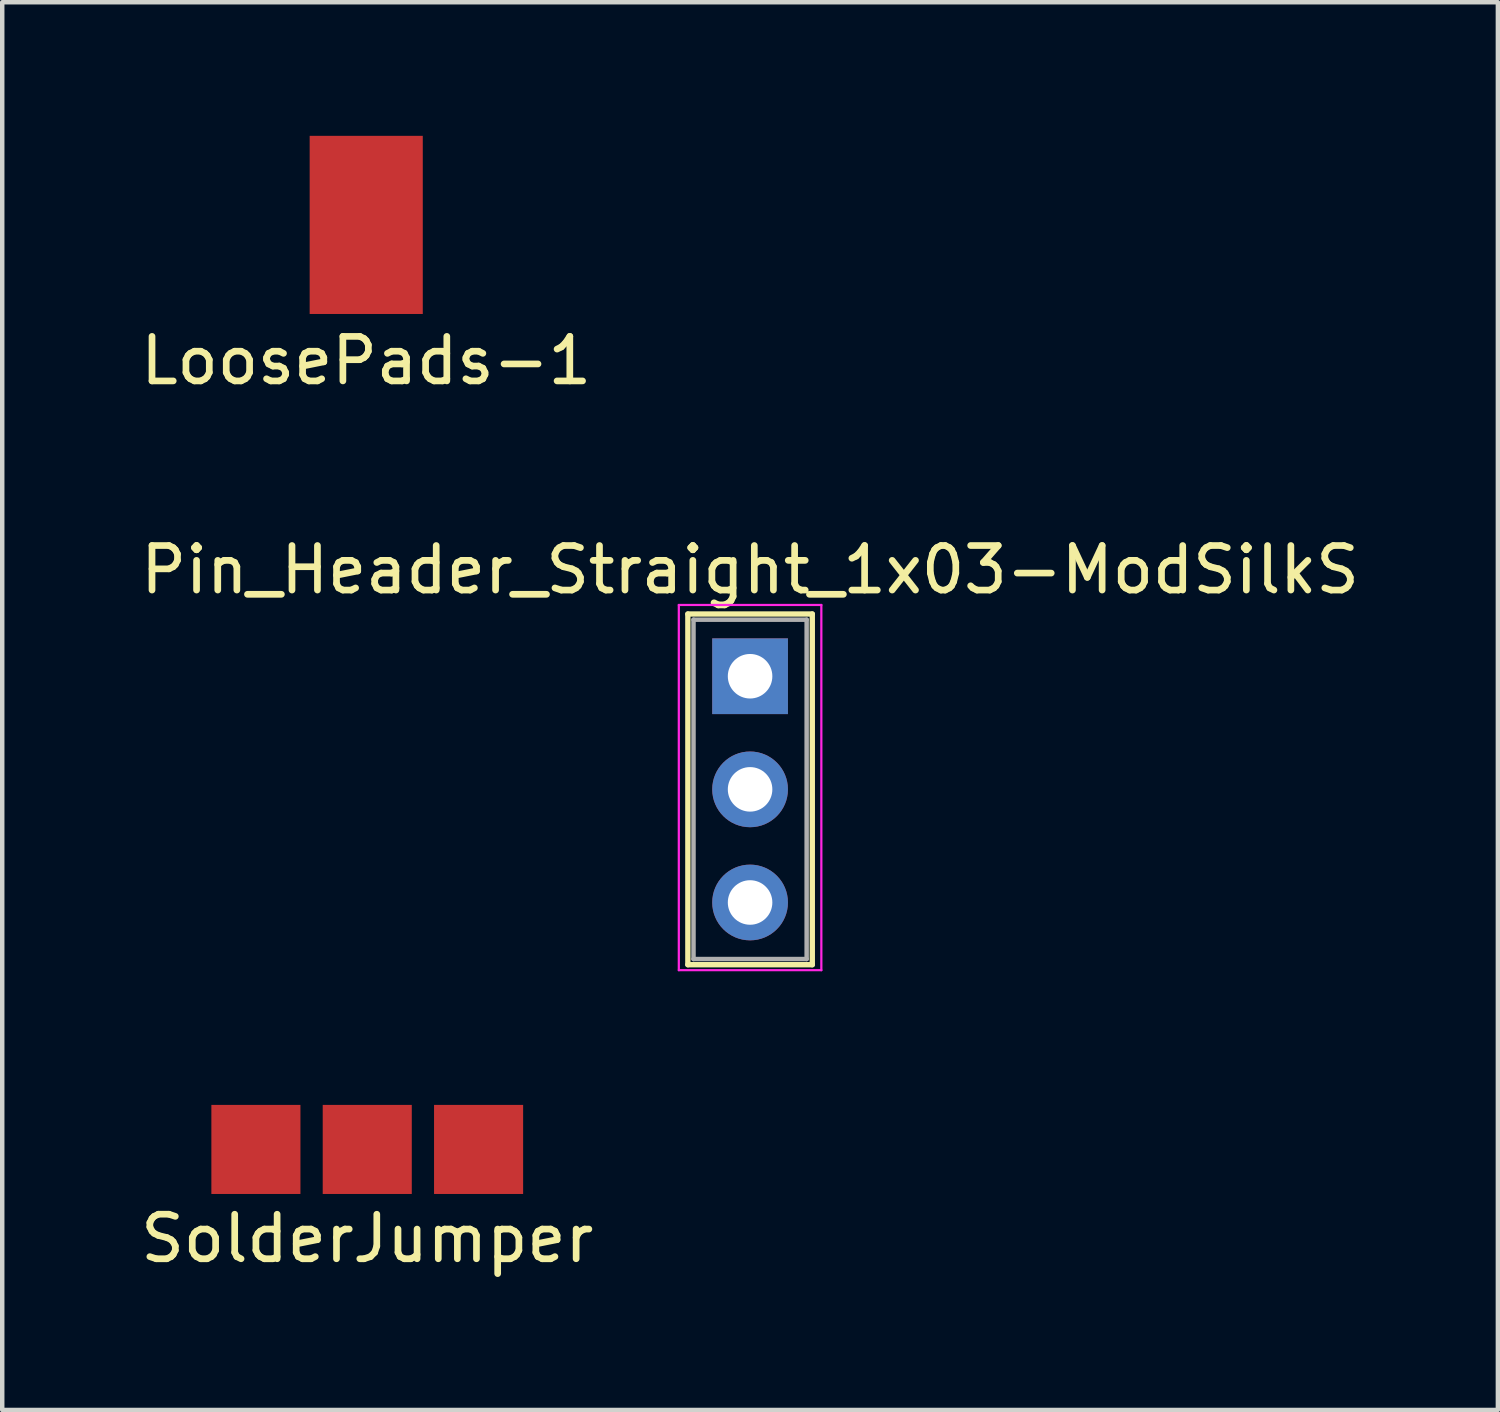
<source format=kicad_pcb>
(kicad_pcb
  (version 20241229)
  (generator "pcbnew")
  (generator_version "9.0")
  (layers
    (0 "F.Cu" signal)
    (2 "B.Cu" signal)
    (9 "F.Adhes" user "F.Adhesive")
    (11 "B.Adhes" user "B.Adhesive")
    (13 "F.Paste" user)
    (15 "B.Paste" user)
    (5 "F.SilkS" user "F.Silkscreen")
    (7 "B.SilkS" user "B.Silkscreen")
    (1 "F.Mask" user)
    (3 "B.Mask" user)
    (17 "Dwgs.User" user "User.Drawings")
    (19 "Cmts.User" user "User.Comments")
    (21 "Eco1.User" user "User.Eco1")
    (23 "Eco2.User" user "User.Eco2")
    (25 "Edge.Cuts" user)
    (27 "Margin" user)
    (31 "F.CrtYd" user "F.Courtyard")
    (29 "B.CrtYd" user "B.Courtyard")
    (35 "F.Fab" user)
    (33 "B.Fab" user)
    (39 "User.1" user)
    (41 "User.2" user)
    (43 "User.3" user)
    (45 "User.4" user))
  (footprint "SolderJumper"
    (layer "F.Cu")
    (at 5.196 22.759)
    (property "Reference" "SolderJumper" (at 0 2 0) (layer "F.SilkS") (effects (font (size 1 1) (thickness 0.15))))
    (attr through_hole)
    (pad "1" smd rect (at -2.5 0 90) (size 2 2) (layers "F.Cu" "F.Mask"))
    (pad "2" smd rect (at 0 0 180) (size 2 2) (layers "F.Cu" "F.Mask"))
    (pad "3" smd rect (at 2.5 0 90) (size 2 2) (layers "F.Cu" "F.Mask")))
  (footprint "Pin_Header_Straight_1x03-ModSilkS"
    (layer "F.Cu")
    (at 13.792 12.134)
    (property "Reference" "Pin_Header_Straight_1x03-ModSilkS" (at 0 -2.39 0) (layer "F.SilkS") (effects (font (size 1 1) (thickness 0.15))))
    (attr through_hole)
    (fp_line (start -1.397 -1.397) (end -1.397 6.477) (stroke (width 0.12) (type solid)) (layer "F.SilkS"))
    (fp_line (start -1.397 6.477) (end 1.397 6.477) (stroke (width 0.12) (type solid)) (layer "F.SilkS"))
    (fp_line (start 1.397 -1.397) (end -1.397 -1.397) (stroke (width 0.12) (type solid)) (layer "F.SilkS"))
    (fp_line (start 1.397 6.477) (end 1.397 -1.397) (stroke (width 0.12) (type solid)) (layer "F.SilkS"))
    (fp_line (start -1.6 -1.6) (end -1.6 6.6) (stroke (width 0.05) (type solid)) (layer "F.CrtYd"))
    (fp_line (start -1.6 6.6) (end 1.6 6.6) (stroke (width 0.05) (type solid)) (layer "F.CrtYd"))
    (fp_line (start 1.6 -1.6) (end -1.6 -1.6) (stroke (width 0.05) (type solid)) (layer "F.CrtYd"))
    (fp_line (start 1.6 6.6) (end 1.6 -1.6) (stroke (width 0.05) (type solid)) (layer "F.CrtYd"))
    (fp_line (start -1.27 -1.27) (end -1.27 6.35) (stroke (width 0.1) (type solid)) (layer "F.Fab"))
    (fp_line (start -1.27 6.35) (end 1.27 6.35) (stroke (width 0.1) (type solid)) (layer "F.Fab"))
    (fp_line (start 1.27 -1.27) (end -1.27 -1.27) (stroke (width 0.1) (type solid)) (layer "F.Fab"))
    (fp_line (start 1.27 6.35) (end 1.27 -1.27) (stroke (width 0.1) (type solid)) (layer "F.Fab"))
    (pad "1" thru_hole rect (at 0 0) (size 1.7 1.7) (drill 1) (layers "*.Cu" "*.Mask"))
    (pad "2" thru_hole oval (at 0 2.54) (size 1.7 1.7) (drill 1) (layers "*.Cu" "*.Mask"))
    (pad "3" thru_hole oval (at 0 5.08) (size 1.7 1.7) (drill 1) (layers "*.Cu" "*.Mask")))
  (footprint "LoosePads-1"
    (layer "F.Cu")
    (at 5.173 2)
    (property "Reference" "LoosePads-1" (at 0 3.048 0) (layer "F.SilkS") (effects (font (size 1 1) (thickness 0.15))))
    (attr through_hole)
    (pad "1" smd rect (at 0 0 90) (size 4 2.54) (layers "F.Cu" "F.Mask")))
  (gr_rect
    (start -3 -3)
    (end 30.583 28.608)
    (stroke (width 0.1) (type default))
    (fill no)
    (layer "Edge.Cuts")))
</source>
